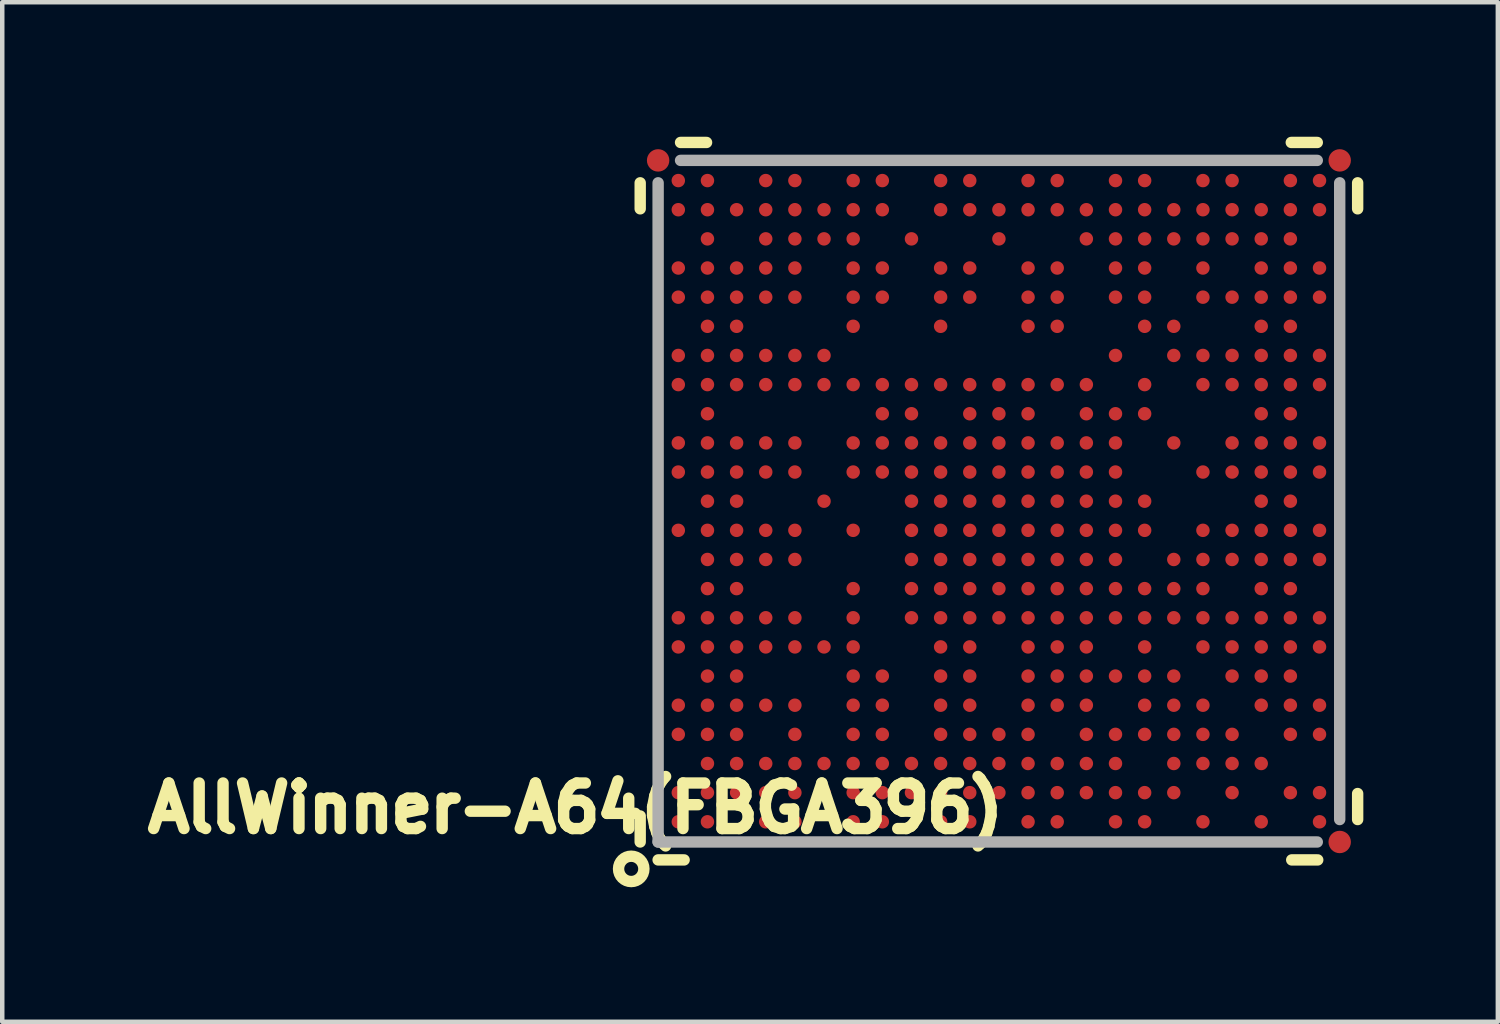
<source format=kicad_pcb>
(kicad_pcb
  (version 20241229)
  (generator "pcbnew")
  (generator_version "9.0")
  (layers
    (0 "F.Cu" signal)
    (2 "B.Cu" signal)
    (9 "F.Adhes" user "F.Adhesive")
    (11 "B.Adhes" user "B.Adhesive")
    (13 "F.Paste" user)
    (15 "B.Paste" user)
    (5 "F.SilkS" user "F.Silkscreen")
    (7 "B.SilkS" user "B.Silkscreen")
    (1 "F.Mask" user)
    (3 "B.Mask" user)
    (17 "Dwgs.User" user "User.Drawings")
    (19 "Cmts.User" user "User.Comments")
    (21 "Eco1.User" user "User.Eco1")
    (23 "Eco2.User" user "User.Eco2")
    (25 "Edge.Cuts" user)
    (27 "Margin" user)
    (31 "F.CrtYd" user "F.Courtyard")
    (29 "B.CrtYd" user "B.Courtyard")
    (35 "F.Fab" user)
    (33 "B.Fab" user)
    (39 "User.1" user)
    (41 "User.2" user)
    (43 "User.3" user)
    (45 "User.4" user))
  (footprint "AllWinner-A64(FBGA396)"
    (layer "F.Cu")
    (at 19.227 8.127)
    (property "Reference" "AllWinner-A64(FBGA396)" (at -9.441 6.844 0) (layer "F.SilkS") (effects (font (size 1.016 1.016) (thickness 0.254))))
    (attr smd)
    (fp_line (start -8 -7.1) (end -8 -6.52) (stroke (width 0.254) (type solid)) (layer "F.SilkS"))
    (fp_line (start -8 7.02) (end -8 7.6) (stroke (width 0.254) (type solid)) (layer "F.SilkS"))
    (fp_line (start -7.02 8) (end -7.6 8) (stroke (width 0.254) (type solid)) (layer "F.SilkS"))
    (fp_line (start -6.52 -8) (end -7.1 -8) (stroke (width 0.254) (type solid)) (layer "F.SilkS"))
    (fp_line (start 7.1 -8) (end 6.52 -8) (stroke (width 0.254) (type solid)) (layer "F.SilkS"))
    (fp_line (start 7.11 8) (end 6.53 8) (stroke (width 0.254) (type solid)) (layer "F.SilkS"))
    (fp_line (start 8 -7.1) (end 8 -6.52) (stroke (width 0.254) (type solid)) (layer "F.SilkS"))
    (fp_line (start 8 6.52) (end 8 7.1) (stroke (width 0.254) (type solid)) (layer "F.SilkS"))
    (fp_circle (center -8.2 8.2) (end -8 8.4) (stroke (width 0.254) (type solid)) (fill no) (layer "F.SilkS"))
    (fp_line (start -7.6 7.6) (end -7.6 -7.1) (stroke (width 0.254) (type solid)) (layer "F.Fab"))
    (fp_line (start -7.6 7.6) (end 7.1 7.6) (stroke (width 0.254) (type solid)) (layer "F.Fab"))
    (fp_line (start 7.1 -7.6) (end -7.1 -7.6) (stroke (width 0.254) (type solid)) (layer "F.Fab"))
    (fp_line (start 7.6 7.1) (end 7.6 -7.1) (stroke (width 0.254) (type solid)) (layer "F.Fab"))
    (pad "A1" smd circle (at -7.15 7.15) (size 0.3 0.3) (layers "F.Cu" "F.Mask" "F.Paste"))
    (pad "A2" smd circle (at -7.15 6.5) (size 0.3 0.3) (layers "F.Cu" "F.Mask" "F.Paste"))
    (pad "A4" smd circle (at -7.15 5.2) (size 0.3 0.3) (layers "F.Cu" "F.Mask" "F.Paste"))
    (pad "A5" smd circle (at -7.15 4.55) (size 0.3 0.3) (layers "F.Cu" "F.Mask" "F.Paste"))
    (pad "A7" smd circle (at -7.15 3.25) (size 0.3 0.3) (layers "F.Cu" "F.Mask" "F.Paste"))
    (pad "A8" smd circle (at -7.15 2.6) (size 0.3 0.3) (layers "F.Cu" "F.Mask" "F.Paste"))
    (pad "A11" smd circle (at -7.15 0.65) (size 0.3 0.3) (layers "F.Cu" "F.Mask" "F.Paste"))
    (pad "A13" smd circle (at -7.15 -0.65) (size 0.3 0.3) (layers "F.Cu" "F.Mask" "F.Paste"))
    (pad "A14" smd circle (at -7.15 -1.3) (size 0.3 0.3) (layers "F.Cu" "F.Mask" "F.Paste"))
    (pad "A16" smd circle (at -7.15 -2.6) (size 0.3 0.3) (layers "F.Cu" "F.Mask" "F.Paste"))
    (pad "A17" smd circle (at -7.15 -3.25) (size 0.3 0.3) (layers "F.Cu" "F.Mask" "F.Paste"))
    (pad "A19" smd circle (at -7.15 -4.55) (size 0.3 0.3) (layers "F.Cu" "F.Mask" "F.Paste"))
    (pad "A20" smd circle (at -7.15 -5.2) (size 0.3 0.3) (layers "F.Cu" "F.Mask" "F.Paste"))
    (pad "A22" smd circle (at -7.15 -6.5) (size 0.3 0.3) (layers "F.Cu" "F.Mask" "F.Paste"))
    (pad "A23" smd circle (at -7.15 -7.15) (size 0.3 0.3) (layers "F.Cu" "F.Mask" "F.Paste"))
    (pad "AA1" smd circle (at 5.85 7.15) (size 0.3 0.3) (layers "F.Cu" "F.Mask" "F.Paste"))
    (pad "AA3" smd circle (at 5.85 5.85) (size 0.3 0.3) (layers "F.Cu" "F.Mask" "F.Paste"))
    (pad "AA5" smd circle (at 5.85 4.55) (size 0.3 0.3) (layers "F.Cu" "F.Mask" "F.Paste"))
    (pad "AA6" smd circle (at 5.85 3.9) (size 0.3 0.3) (layers "F.Cu" "F.Mask" "F.Paste"))
    (pad "AA7" smd circle (at 5.85 3.25) (size 0.3 0.3) (layers "F.Cu" "F.Mask" "F.Paste"))
    (pad "AA8" smd circle (at 5.85 2.6) (size 0.3 0.3) (layers "F.Cu" "F.Mask" "F.Paste"))
    (pad "AA9" smd circle (at 5.85 1.95) (size 0.3 0.3) (layers "F.Cu" "F.Mask" "F.Paste"))
    (pad "AA10" smd circle (at 5.85 1.3) (size 0.3 0.3) (layers "F.Cu" "F.Mask" "F.Paste"))
    (pad "AA11" smd circle (at 5.85 0.65) (size 0.3 0.3) (layers "F.Cu" "F.Mask" "F.Paste"))
    (pad "AA12" smd circle (at 5.85 0) (size 0.3 0.3) (layers "F.Cu" "F.Mask" "F.Paste"))
    (pad "AA13" smd circle (at 5.85 -0.65) (size 0.3 0.3) (layers "F.Cu" "F.Mask" "F.Paste"))
    (pad "AA14" smd circle (at 5.85 -1.3) (size 0.3 0.3) (layers "F.Cu" "F.Mask" "F.Paste"))
    (pad "AA15" smd circle (at 5.85 -1.95) (size 0.3 0.3) (layers "F.Cu" "F.Mask" "F.Paste"))
    (pad "AA16" smd circle (at 5.85 -2.6) (size 0.3 0.3) (layers "F.Cu" "F.Mask" "F.Paste"))
    (pad "AA17" smd circle (at 5.85 -3.25) (size 0.3 0.3) (layers "F.Cu" "F.Mask" "F.Paste"))
    (pad "AA18" smd circle (at 5.85 -3.9) (size 0.3 0.3) (layers "F.Cu" "F.Mask" "F.Paste"))
    (pad "AA19" smd circle (at 5.85 -4.55) (size 0.3 0.3) (layers "F.Cu" "F.Mask" "F.Paste"))
    (pad "AA20" smd circle (at 5.85 -5.2) (size 0.3 0.3) (layers "F.Cu" "F.Mask" "F.Paste"))
    (pad "AA21" smd circle (at 5.85 -5.85) (size 0.3 0.3) (layers "F.Cu" "F.Mask" "F.Paste"))
    (pad "AA22" smd circle (at 5.85 -6.5) (size 0.3 0.3) (layers "F.Cu" "F.Mask" "F.Paste"))
    (pad "AB2" smd circle (at 6.5 6.5) (size 0.3 0.3) (layers "F.Cu" "F.Mask" "F.Paste"))
    (pad "AB4" smd circle (at 6.5 5.2) (size 0.3 0.3) (layers "F.Cu" "F.Mask" "F.Paste"))
    (pad "AB5" smd circle (at 6.5 4.55) (size 0.3 0.3) (layers "F.Cu" "F.Mask" "F.Paste"))
    (pad "AB6" smd circle (at 6.5 3.9) (size 0.3 0.3) (layers "F.Cu" "F.Mask" "F.Paste"))
    (pad "AB7" smd circle (at 6.5 3.25) (size 0.3 0.3) (layers "F.Cu" "F.Mask" "F.Paste"))
    (pad "AB8" smd circle (at 6.5 2.6) (size 0.3 0.3) (layers "F.Cu" "F.Mask" "F.Paste"))
    (pad "AB9" smd circle (at 6.5 1.95) (size 0.3 0.3) (layers "F.Cu" "F.Mask" "F.Paste"))
    (pad "AB10" smd circle (at 6.5 1.3) (size 0.3 0.3) (layers "F.Cu" "F.Mask" "F.Paste"))
    (pad "AB11" smd circle (at 6.5 0.65) (size 0.3 0.3) (layers "F.Cu" "F.Mask" "F.Paste"))
    (pad "AB12" smd circle (at 6.5 0) (size 0.3 0.3) (layers "F.Cu" "F.Mask" "F.Paste"))
    (pad "AB13" smd circle (at 6.5 -0.65) (size 0.3 0.3) (layers "F.Cu" "F.Mask" "F.Paste"))
    (pad "AB14" smd circle (at 6.5 -1.3) (size 0.3 0.3) (layers "F.Cu" "F.Mask" "F.Paste"))
    (pad "AB15" smd circle (at 6.5 -1.95) (size 0.3 0.3) (layers "F.Cu" "F.Mask" "F.Paste"))
    (pad "AB16" smd circle (at 6.5 -2.6) (size 0.3 0.3) (layers "F.Cu" "F.Mask" "F.Paste"))
    (pad "AB17" smd circle (at 6.5 -3.25) (size 0.3 0.3) (layers "F.Cu" "F.Mask" "F.Paste"))
    (pad "AB18" smd circle (at 6.5 -3.9) (size 0.3 0.3) (layers "F.Cu" "F.Mask" "F.Paste"))
    (pad "AB19" smd circle (at 6.5 -4.55) (size 0.3 0.3) (layers "F.Cu" "F.Mask" "F.Paste"))
    (pad "AB20" smd circle (at 6.5 -5.2) (size 0.3 0.3) (layers "F.Cu" "F.Mask" "F.Paste"))
    (pad "AB21" smd circle (at 6.5 -5.85) (size 0.3 0.3) (layers "F.Cu" "F.Mask" "F.Paste"))
    (pad "AB22" smd circle (at 6.5 -6.5) (size 0.3 0.3) (layers "F.Cu" "F.Mask" "F.Paste"))
    (pad "AB23" smd circle (at 6.5 -7.15) (size 0.3 0.3) (layers "F.Cu" "F.Mask" "F.Paste"))
    (pad "AC1" smd circle (at 7.15 7.15) (size 0.3 0.3) (layers "F.Cu" "F.Mask" "F.Paste"))
    (pad "AC2" smd circle (at 7.15 6.5) (size 0.3 0.3) (layers "F.Cu" "F.Mask" "F.Paste"))
    (pad "AC4" smd circle (at 7.15 5.2) (size 0.3 0.3) (layers "F.Cu" "F.Mask" "F.Paste"))
    (pad "AC5" smd circle (at 7.15 4.55) (size 0.3 0.3) (layers "F.Cu" "F.Mask" "F.Paste"))
    (pad "AC7" smd circle (at 7.15 3.25) (size 0.3 0.3) (layers "F.Cu" "F.Mask" "F.Paste"))
    (pad "AC8" smd circle (at 7.15 2.6) (size 0.3 0.3) (layers "F.Cu" "F.Mask" "F.Paste"))
    (pad "AC10" smd circle (at 7.15 1.3) (size 0.3 0.3) (layers "F.Cu" "F.Mask" "F.Paste"))
    (pad "AC11" smd circle (at 7.15 0.65) (size 0.3 0.3) (layers "F.Cu" "F.Mask" "F.Paste"))
    (pad "AC13" smd circle (at 7.15 -0.65) (size 0.3 0.3) (layers "F.Cu" "F.Mask" "F.Paste"))
    (pad "AC14" smd circle (at 7.15 -1.3) (size 0.3 0.3) (layers "F.Cu" "F.Mask" "F.Paste"))
    (pad "AC16" smd circle (at 7.15 -2.6) (size 0.3 0.3) (layers "F.Cu" "F.Mask" "F.Paste"))
    (pad "AC17" smd circle (at 7.15 -3.25) (size 0.3 0.3) (layers "F.Cu" "F.Mask" "F.Paste"))
    (pad "AC19" smd circle (at 7.15 -4.55) (size 0.3 0.3) (layers "F.Cu" "F.Mask" "F.Paste"))
    (pad "AC20" smd circle (at 7.15 -5.2) (size 0.3 0.3) (layers "F.Cu" "F.Mask" "F.Paste"))
    (pad "AC22" smd circle (at 7.15 -6.5) (size 0.3 0.3) (layers "F.Cu" "F.Mask" "F.Paste"))
    (pad "AC23" smd circle (at 7.15 -7.15) (size 0.3 0.3) (layers "F.Cu" "F.Mask" "F.Paste"))
    (pad "B1" smd circle (at -6.5 7.15) (size 0.3 0.3) (layers "F.Cu" "F.Mask" "F.Paste"))
    (pad "B2" smd circle (at -6.5 6.5) (size 0.3 0.3) (layers "F.Cu" "F.Mask" "F.Paste"))
    (pad "B3" smd circle (at -6.5 5.85) (size 0.3 0.3) (layers "F.Cu" "F.Mask" "F.Paste"))
    (pad "B4" smd circle (at -6.5 5.2) (size 0.3 0.3) (layers "F.Cu" "F.Mask" "F.Paste"))
    (pad "B5" smd circle (at -6.5 4.55) (size 0.3 0.3) (layers "F.Cu" "F.Mask" "F.Paste"))
    (pad "B6" smd circle (at -6.5 3.9) (size 0.3 0.3) (layers "F.Cu" "F.Mask" "F.Paste"))
    (pad "B7" smd circle (at -6.5 3.25) (size 0.3 0.3) (layers "F.Cu" "F.Mask" "F.Paste"))
    (pad "B8" smd circle (at -6.5 2.6) (size 0.3 0.3) (layers "F.Cu" "F.Mask" "F.Paste"))
    (pad "B9" smd circle (at -6.5 1.95) (size 0.3 0.3) (layers "F.Cu" "F.Mask" "F.Paste"))
    (pad "B10" smd circle (at -6.5 1.3) (size 0.3 0.3) (layers "F.Cu" "F.Mask" "F.Paste"))
    (pad "B11" smd circle (at -6.5 0.65) (size 0.3 0.3) (layers "F.Cu" "F.Mask" "F.Paste"))
    (pad "B12" smd circle (at -6.5 0) (size 0.3 0.3) (layers "F.Cu" "F.Mask" "F.Paste"))
    (pad "B13" smd circle (at -6.5 -0.65) (size 0.3 0.3) (layers "F.Cu" "F.Mask" "F.Paste"))
    (pad "B14" smd circle (at -6.5 -1.3) (size 0.3 0.3) (layers "F.Cu" "F.Mask" "F.Paste"))
    (pad "B15" smd circle (at -6.5 -1.95) (size 0.3 0.3) (layers "F.Cu" "F.Mask" "F.Paste"))
    (pad "B16" smd circle (at -6.5 -2.6) (size 0.3 0.3) (layers "F.Cu" "F.Mask" "F.Paste"))
    (pad "B17" smd circle (at -6.5 -3.25) (size 0.3 0.3) (layers "F.Cu" "F.Mask" "F.Paste"))
    (pad "B18" smd circle (at -6.5 -3.9) (size 0.3 0.3) (layers "F.Cu" "F.Mask" "F.Paste"))
    (pad "B19" smd circle (at -6.5 -4.55) (size 0.3 0.3) (layers "F.Cu" "F.Mask" "F.Paste"))
    (pad "B20" smd circle (at -6.5 -5.2) (size 0.3 0.3) (layers "F.Cu" "F.Mask" "F.Paste"))
    (pad "B21" smd circle (at -6.5 -5.85) (size 0.3 0.3) (layers "F.Cu" "F.Mask" "F.Paste"))
    (pad "B22" smd circle (at -6.5 -6.5) (size 0.3 0.3) (layers "F.Cu" "F.Mask" "F.Paste"))
    (pad "B23" smd circle (at -6.5 -7.15) (size 0.3 0.3) (layers "F.Cu" "F.Mask" "F.Paste"))
    (pad "C2" smd circle (at -5.85 6.5) (size 0.3 0.3) (layers "F.Cu" "F.Mask" "F.Paste"))
    (pad "C3" smd circle (at -5.85 5.85) (size 0.3 0.3) (layers "F.Cu" "F.Mask" "F.Paste"))
    (pad "C4" smd circle (at -5.85 5.2) (size 0.3 0.3) (layers "F.Cu" "F.Mask" "F.Paste"))
    (pad "C5" smd circle (at -5.85 4.55) (size 0.3 0.3) (layers "F.Cu" "F.Mask" "F.Paste"))
    (pad "C6" smd circle (at -5.85 3.9) (size 0.3 0.3) (layers "F.Cu" "F.Mask" "F.Paste"))
    (pad "C7" smd circle (at -5.85 3.25) (size 0.3 0.3) (layers "F.Cu" "F.Mask" "F.Paste"))
    (pad "C8" smd circle (at -5.85 2.6) (size 0.3 0.3) (layers "F.Cu" "F.Mask" "F.Paste"))
    (pad "C9" smd circle (at -5.85 1.95) (size 0.3 0.3) (layers "F.Cu" "F.Mask" "F.Paste"))
    (pad "C10" smd circle (at -5.85 1.3) (size 0.3 0.3) (layers "F.Cu" "F.Mask" "F.Paste"))
    (pad "C11" smd circle (at -5.85 0.65) (size 0.3 0.3) (layers "F.Cu" "F.Mask" "F.Paste"))
    (pad "C12" smd circle (at -5.85 0) (size 0.3 0.3) (layers "F.Cu" "F.Mask" "F.Paste"))
    (pad "C13" smd circle (at -5.85 -0.65) (size 0.3 0.3) (layers "F.Cu" "F.Mask" "F.Paste"))
    (pad "C14" smd circle (at -5.85 -1.3) (size 0.3 0.3) (layers "F.Cu" "F.Mask" "F.Paste"))
    (pad "C16" smd circle (at -5.85 -2.6) (size 0.3 0.3) (layers "F.Cu" "F.Mask" "F.Paste"))
    (pad "C17" smd circle (at -5.85 -3.25) (size 0.3 0.3) (layers "F.Cu" "F.Mask" "F.Paste"))
    (pad "C18" smd circle (at -5.85 -3.9) (size 0.3 0.3) (layers "F.Cu" "F.Mask" "F.Paste"))
    (pad "C19" smd circle (at -5.85 -4.55) (size 0.3 0.3) (layers "F.Cu" "F.Mask" "F.Paste"))
    (pad "C20" smd circle (at -5.85 -5.2) (size 0.3 0.3) (layers "F.Cu" "F.Mask" "F.Paste"))
    (pad "C22" smd circle (at -5.85 -6.5) (size 0.3 0.3) (layers "F.Cu" "F.Mask" "F.Paste"))
    (pad "D1" smd circle (at -5.2 7.15) (size 0.3 0.3) (layers "F.Cu" "F.Mask" "F.Paste"))
    (pad "D2" smd circle (at -5.2 6.5) (size 0.3 0.3) (layers "F.Cu" "F.Mask" "F.Paste"))
    (pad "D3" smd circle (at -5.2 5.85) (size 0.3 0.3) (layers "F.Cu" "F.Mask" "F.Paste"))
    (pad "D5" smd circle (at -5.2 4.55) (size 0.3 0.3) (layers "F.Cu" "F.Mask" "F.Paste"))
    (pad "D7" smd circle (at -5.2 3.25) (size 0.3 0.3) (layers "F.Cu" "F.Mask" "F.Paste"))
    (pad "D8" smd circle (at -5.2 2.6) (size 0.3 0.3) (layers "F.Cu" "F.Mask" "F.Paste"))
    (pad "D10" smd circle (at -5.2 1.3) (size 0.3 0.3) (layers "F.Cu" "F.Mask" "F.Paste"))
    (pad "D11" smd circle (at -5.2 0.65) (size 0.3 0.3) (layers "F.Cu" "F.Mask" "F.Paste"))
    (pad "D13" smd circle (at -5.2 -0.65) (size 0.3 0.3) (layers "F.Cu" "F.Mask" "F.Paste"))
    (pad "D14" smd circle (at -5.2 -1.3) (size 0.3 0.3) (layers "F.Cu" "F.Mask" "F.Paste"))
    (pad "D16" smd circle (at -5.2 -2.6) (size 0.3 0.3) (layers "F.Cu" "F.Mask" "F.Paste"))
    (pad "D17" smd circle (at -5.2 -3.25) (size 0.3 0.3) (layers "F.Cu" "F.Mask" "F.Paste"))
    (pad "D19" smd circle (at -5.2 -4.55) (size 0.3 0.3) (layers "F.Cu" "F.Mask" "F.Paste"))
    (pad "D20" smd circle (at -5.2 -5.2) (size 0.3 0.3) (layers "F.Cu" "F.Mask" "F.Paste"))
    (pad "D21" smd circle (at -5.2 -5.85) (size 0.3 0.3) (layers "F.Cu" "F.Mask" "F.Paste"))
    (pad "D22" smd circle (at -5.2 -6.5) (size 0.3 0.3) (layers "F.Cu" "F.Mask" "F.Paste"))
    (pad "D23" smd circle (at -5.2 -7.15) (size 0.3 0.3) (layers "F.Cu" "F.Mask" "F.Paste"))
    (pad "E1" smd circle (at -4.55 7.15) (size 0.3 0.3) (layers "F.Cu" "F.Mask" "F.Paste"))
    (pad "E2" smd circle (at -4.55 6.5) (size 0.3 0.3) (layers "F.Cu" "F.Mask" "F.Paste"))
    (pad "E3" smd circle (at -4.55 5.85) (size 0.3 0.3) (layers "F.Cu" "F.Mask" "F.Paste"))
    (pad "E4" smd circle (at -4.55 5.2) (size 0.3 0.3) (layers "F.Cu" "F.Mask" "F.Paste"))
    (pad "E5" smd circle (at -4.55 4.55) (size 0.3 0.3) (layers "F.Cu" "F.Mask" "F.Paste"))
    (pad "E7" smd circle (at -4.55 3.25) (size 0.3 0.3) (layers "F.Cu" "F.Mask" "F.Paste"))
    (pad "E8" smd circle (at -4.55 2.6) (size 0.3 0.3) (layers "F.Cu" "F.Mask" "F.Paste"))
    (pad "E10" smd circle (at -4.55 1.3) (size 0.3 0.3) (layers "F.Cu" "F.Mask" "F.Paste"))
    (pad "E11" smd circle (at -4.55 0.65) (size 0.3 0.3) (layers "F.Cu" "F.Mask" "F.Paste"))
    (pad "E13" smd circle (at -4.55 -0.65) (size 0.3 0.3) (layers "F.Cu" "F.Mask" "F.Paste"))
    (pad "E14" smd circle (at -4.55 -1.3) (size 0.3 0.3) (layers "F.Cu" "F.Mask" "F.Paste"))
    (pad "E16" smd circle (at -4.55 -2.6) (size 0.3 0.3) (layers "F.Cu" "F.Mask" "F.Paste"))
    (pad "E17" smd circle (at -4.55 -3.25) (size 0.3 0.3) (layers "F.Cu" "F.Mask" "F.Paste"))
    (pad "E19" smd circle (at -4.55 -4.55) (size 0.3 0.3) (layers "F.Cu" "F.Mask" "F.Paste"))
    (pad "E20" smd circle (at -4.55 -5.2) (size 0.3 0.3) (layers "F.Cu" "F.Mask" "F.Paste"))
    (pad "E21" smd circle (at -4.55 -5.85) (size 0.3 0.3) (layers "F.Cu" "F.Mask" "F.Paste"))
    (pad "E22" smd circle (at -4.55 -6.5) (size 0.3 0.3) (layers "F.Cu" "F.Mask" "F.Paste"))
    (pad "E23" smd circle (at -4.55 -7.15) (size 0.3 0.3) (layers "F.Cu" "F.Mask" "F.Paste"))
    (pad "F2" smd circle (at -3.9 6.5) (size 0.3 0.3) (layers "F.Cu" "F.Mask" "F.Paste"))
    (pad "F3" smd circle (at -3.9 5.85) (size 0.3 0.3) (layers "F.Cu" "F.Mask" "F.Paste"))
    (pad "F7" smd circle (at -3.9 3.25) (size 0.3 0.3) (layers "F.Cu" "F.Mask" "F.Paste"))
    (pad "F12" smd circle (at -3.9 0) (size 0.3 0.3) (layers "F.Cu" "F.Mask" "F.Paste"))
    (pad "F16" smd circle (at -3.9 -2.6) (size 0.3 0.3) (layers "F.Cu" "F.Mask" "F.Paste"))
    (pad "F17" smd circle (at -3.9 -3.25) (size 0.3 0.3) (layers "F.Cu" "F.Mask" "F.Paste"))
    (pad "F21" smd circle (at -3.9 -5.85) (size 0.3 0.3) (layers "F.Cu" "F.Mask" "F.Paste"))
    (pad "F22" smd circle (at -3.9 -6.5) (size 0.3 0.3) (layers "F.Cu" "F.Mask" "F.Paste"))
    (pad "G1" smd circle (at -3.25 7.15) (size 0.3 0.3) (layers "F.Cu" "F.Mask" "F.Paste"))
    (pad "G2" smd circle (at -3.25 6.5) (size 0.3 0.3) (layers "F.Cu" "F.Mask" "F.Paste"))
    (pad "G3" smd circle (at -3.25 5.85) (size 0.3 0.3) (layers "F.Cu" "F.Mask" "F.Paste"))
    (pad "G4" smd circle (at -3.25 5.2) (size 0.3 0.3) (layers "F.Cu" "F.Mask" "F.Paste"))
    (pad "G5" smd circle (at -3.25 4.55) (size 0.3 0.3) (layers "F.Cu" "F.Mask" "F.Paste"))
    (pad "G6" smd circle (at -3.25 3.9) (size 0.3 0.3) (layers "F.Cu" "F.Mask" "F.Paste"))
    (pad "G7" smd circle (at -3.25 3.25) (size 0.3 0.3) (layers "F.Cu" "F.Mask" "F.Paste"))
    (pad "G8" smd circle (at -3.25 2.6) (size 0.3 0.3) (layers "F.Cu" "F.Mask" "F.Paste"))
    (pad "G9" smd circle (at -3.25 1.95) (size 0.3 0.3) (layers "F.Cu" "F.Mask" "F.Paste"))
    (pad "G11" smd circle (at -3.25 0.65) (size 0.3 0.3) (layers "F.Cu" "F.Mask" "F.Paste"))
    (pad "G13" smd circle (at -3.25 -0.65) (size 0.3 0.3) (layers "F.Cu" "F.Mask" "F.Paste"))
    (pad "G14" smd circle (at -3.25 -1.3) (size 0.3 0.3) (layers "F.Cu" "F.Mask" "F.Paste"))
    (pad "G16" smd circle (at -3.25 -2.6) (size 0.3 0.3) (layers "F.Cu" "F.Mask" "F.Paste"))
    (pad "G18" smd circle (at -3.25 -3.9) (size 0.3 0.3) (layers "F.Cu" "F.Mask" "F.Paste"))
    (pad "G19" smd circle (at -3.25 -4.55) (size 0.3 0.3) (layers "F.Cu" "F.Mask" "F.Paste"))
    (pad "G20" smd circle (at -3.25 -5.2) (size 0.3 0.3) (layers "F.Cu" "F.Mask" "F.Paste"))
    (pad "G21" smd circle (at -3.25 -5.85) (size 0.3 0.3) (layers "F.Cu" "F.Mask" "F.Paste"))
    (pad "G22" smd circle (at -3.25 -6.5) (size 0.3 0.3) (layers "F.Cu" "F.Mask" "F.Paste"))
    (pad "G23" smd circle (at -3.25 -7.15) (size 0.3 0.3) (layers "F.Cu" "F.Mask" "F.Paste"))
    (pad "H1" smd circle (at -2.6 7.15) (size 0.3 0.3) (layers "F.Cu" "F.Mask" "F.Paste"))
    (pad "H2" smd circle (at -2.6 6.5) (size 0.3 0.3) (layers "F.Cu" "F.Mask" "F.Paste"))
    (pad "H3" smd circle (at -2.6 5.85) (size 0.3 0.3) (layers "F.Cu" "F.Mask" "F.Paste"))
    (pad "H4" smd circle (at -2.6 5.2) (size 0.3 0.3) (layers "F.Cu" "F.Mask" "F.Paste"))
    (pad "H5" smd circle (at -2.6 4.55) (size 0.3 0.3) (layers "F.Cu" "F.Mask" "F.Paste"))
    (pad "H6" smd circle (at -2.6 3.9) (size 0.3 0.3) (layers "F.Cu" "F.Mask" "F.Paste"))
    (pad "H13" smd circle (at -2.6 -0.65) (size 0.3 0.3) (layers "F.Cu" "F.Mask" "F.Paste"))
    (pad "H14" smd circle (at -2.6 -1.3) (size 0.3 0.3) (layers "F.Cu" "F.Mask" "F.Paste"))
    (pad "H15" smd circle (at -2.6 -1.95) (size 0.3 0.3) (layers "F.Cu" "F.Mask" "F.Paste"))
    (pad "H16" smd circle (at -2.6 -2.6) (size 0.3 0.3) (layers "F.Cu" "F.Mask" "F.Paste"))
    (pad "H19" smd circle (at -2.6 -4.55) (size 0.3 0.3) (layers "F.Cu" "F.Mask" "F.Paste"))
    (pad "H20" smd circle (at -2.6 -5.2) (size 0.3 0.3) (layers "F.Cu" "F.Mask" "F.Paste"))
    (pad "H22" smd circle (at -2.6 -6.5) (size 0.3 0.3) (layers "F.Cu" "F.Mask" "F.Paste"))
    (pad "H23" smd circle (at -2.6 -7.15) (size 0.3 0.3) (layers "F.Cu" "F.Mask" "F.Paste"))
    (pad "J2" smd circle (at -1.95 6.5) (size 0.3 0.3) (layers "F.Cu" "F.Mask" "F.Paste"))
    (pad "J3" smd circle (at -1.95 5.85) (size 0.3 0.3) (layers "F.Cu" "F.Mask" "F.Paste"))
    (pad "J8" smd circle (at -1.95 2.6) (size 0.3 0.3) (layers "F.Cu" "F.Mask" "F.Paste"))
    (pad "J9" smd circle (at -1.95 1.95) (size 0.3 0.3) (layers "F.Cu" "F.Mask" "F.Paste"))
    (pad "J10" smd circle (at -1.95 1.3) (size 0.3 0.3) (layers "F.Cu" "F.Mask" "F.Paste"))
    (pad "J11" smd circle (at -1.95 0.65) (size 0.3 0.3) (layers "F.Cu" "F.Mask" "F.Paste"))
    (pad "J12" smd circle (at -1.95 0) (size 0.3 0.3) (layers "F.Cu" "F.Mask" "F.Paste"))
    (pad "J13" smd circle (at -1.95 -0.65) (size 0.3 0.3) (layers "F.Cu" "F.Mask" "F.Paste"))
    (pad "J14" smd circle (at -1.95 -1.3) (size 0.3 0.3) (layers "F.Cu" "F.Mask" "F.Paste"))
    (pad "J15" smd circle (at -1.95 -1.95) (size 0.3 0.3) (layers "F.Cu" "F.Mask" "F.Paste"))
    (pad "J16" smd circle (at -1.95 -2.6) (size 0.3 0.3) (layers "F.Cu" "F.Mask" "F.Paste"))
    (pad "J21" smd circle (at -1.95 -5.85) (size 0.3 0.3) (layers "F.Cu" "F.Mask" "F.Paste"))
    (pad "K1" smd circle (at -1.3 7.15) (size 0.3 0.3) (layers "F.Cu" "F.Mask" "F.Paste"))
    (pad "K2" smd circle (at -1.3 6.5) (size 0.3 0.3) (layers "F.Cu" "F.Mask" "F.Paste"))
    (pad "K3" smd circle (at -1.3 5.85) (size 0.3 0.3) (layers "F.Cu" "F.Mask" "F.Paste"))
    (pad "K4" smd circle (at -1.3 5.2) (size 0.3 0.3) (layers "F.Cu" "F.Mask" "F.Paste"))
    (pad "K5" smd circle (at -1.3 4.55) (size 0.3 0.3) (layers "F.Cu" "F.Mask" "F.Paste"))
    (pad "K6" smd circle (at -1.3 3.9) (size 0.3 0.3) (layers "F.Cu" "F.Mask" "F.Paste"))
    (pad "K7" smd circle (at -1.3 3.25) (size 0.3 0.3) (layers "F.Cu" "F.Mask" "F.Paste"))
    (pad "K8" smd circle (at -1.3 2.6) (size 0.3 0.3) (layers "F.Cu" "F.Mask" "F.Paste"))
    (pad "K9" smd circle (at -1.3 1.95) (size 0.3 0.3) (layers "F.Cu" "F.Mask" "F.Paste"))
    (pad "K10" smd circle (at -1.3 1.3) (size 0.3 0.3) (layers "F.Cu" "F.Mask" "F.Paste"))
    (pad "K11" smd circle (at -1.3 0.65) (size 0.3 0.3) (layers "F.Cu" "F.Mask" "F.Paste"))
    (pad "K12" smd circle (at -1.3 0) (size 0.3 0.3) (layers "F.Cu" "F.Mask" "F.Paste"))
    (pad "K13" smd circle (at -1.3 -0.65) (size 0.3 0.3) (layers "F.Cu" "F.Mask" "F.Paste"))
    (pad "K14" smd circle (at -1.3 -1.3) (size 0.3 0.3) (layers "F.Cu" "F.Mask" "F.Paste"))
    (pad "K16" smd circle (at -1.3 -2.6) (size 0.3 0.3) (layers "F.Cu" "F.Mask" "F.Paste"))
    (pad "K18" smd circle (at -1.3 -3.9) (size 0.3 0.3) (layers "F.Cu" "F.Mask" "F.Paste"))
    (pad "K19" smd circle (at -1.3 -4.55) (size 0.3 0.3) (layers "F.Cu" "F.Mask" "F.Paste"))
    (pad "K20" smd circle (at -1.3 -5.2) (size 0.3 0.3) (layers "F.Cu" "F.Mask" "F.Paste"))
    (pad "K22" smd circle (at -1.3 -6.5) (size 0.3 0.3) (layers "F.Cu" "F.Mask" "F.Paste"))
    (pad "K23" smd circle (at -1.3 -7.15) (size 0.3 0.3) (layers "F.Cu" "F.Mask" "F.Paste"))
    (pad "L1" smd circle (at -0.65 7.15) (size 0.3 0.3) (layers "F.Cu" "F.Mask" "F.Paste"))
    (pad "L2" smd circle (at -0.65 6.5) (size 0.3 0.3) (layers "F.Cu" "F.Mask" "F.Paste"))
    (pad "L3" smd circle (at -0.65 5.85) (size 0.3 0.3) (layers "F.Cu" "F.Mask" "F.Paste"))
    (pad "L4" smd circle (at -0.65 5.2) (size 0.3 0.3) (layers "F.Cu" "F.Mask" "F.Paste"))
    (pad "L5" smd circle (at -0.65 4.55) (size 0.3 0.3) (layers "F.Cu" "F.Mask" "F.Paste"))
    (pad "L6" smd circle (at -0.65 3.9) (size 0.3 0.3) (layers "F.Cu" "F.Mask" "F.Paste"))
    (pad "L7" smd circle (at -0.65 3.25) (size 0.3 0.3) (layers "F.Cu" "F.Mask" "F.Paste"))
    (pad "L8" smd circle (at -0.65 2.6) (size 0.3 0.3) (layers "F.Cu" "F.Mask" "F.Paste"))
    (pad "L9" smd circle (at -0.65 1.95) (size 0.3 0.3) (layers "F.Cu" "F.Mask" "F.Paste"))
    (pad "L10" smd circle (at -0.65 1.3) (size 0.3 0.3) (layers "F.Cu" "F.Mask" "F.Paste"))
    (pad "L11" smd circle (at -0.65 0.65) (size 0.3 0.3) (layers "F.Cu" "F.Mask" "F.Paste"))
    (pad "L12" smd circle (at -0.65 0) (size 0.3 0.3) (layers "F.Cu" "F.Mask" "F.Paste"))
    (pad "L13" smd circle (at -0.65 -0.65) (size 0.3 0.3) (layers "F.Cu" "F.Mask" "F.Paste"))
    (pad "L14" smd circle (at -0.65 -1.3) (size 0.3 0.3) (layers "F.Cu" "F.Mask" "F.Paste"))
    (pad "L15" smd circle (at -0.65 -1.95) (size 0.3 0.3) (layers "F.Cu" "F.Mask" "F.Paste"))
    (pad "L16" smd circle (at -0.65 -2.6) (size 0.3 0.3) (layers "F.Cu" "F.Mask" "F.Paste"))
    (pad "L19" smd circle (at -0.65 -4.55) (size 0.3 0.3) (layers "F.Cu" "F.Mask" "F.Paste"))
    (pad "L20" smd circle (at -0.65 -5.2) (size 0.3 0.3) (layers "F.Cu" "F.Mask" "F.Paste"))
    (pad "L22" smd circle (at -0.65 -6.5) (size 0.3 0.3) (layers "F.Cu" "F.Mask" "F.Paste"))
    (pad "L23" smd circle (at -0.65 -7.15) (size 0.3 0.3) (layers "F.Cu" "F.Mask" "F.Paste"))
    (pad "M2" smd circle (at 0 6.5) (size 0.3 0.3) (layers "F.Cu" "F.Mask" "F.Paste"))
    (pad "M3" smd circle (at 0 5.85) (size 0.3 0.3) (layers "F.Cu" "F.Mask" "F.Paste"))
    (pad "M4" smd circle (at 0 5.2) (size 0.3 0.3) (layers "F.Cu" "F.Mask" "F.Paste"))
    (pad "M8" smd circle (at 0 2.6) (size 0.3 0.3) (layers "F.Cu" "F.Mask" "F.Paste"))
    (pad "M9" smd circle (at 0 1.95) (size 0.3 0.3) (layers "F.Cu" "F.Mask" "F.Paste"))
    (pad "M10" smd circle (at 0 1.3) (size 0.3 0.3) (layers "F.Cu" "F.Mask" "F.Paste"))
    (pad "M11" smd circle (at 0 0.65) (size 0.3 0.3) (layers "F.Cu" "F.Mask" "F.Paste"))
    (pad "M12" smd circle (at 0 0) (size 0.3 0.3) (layers "F.Cu" "F.Mask" "F.Paste"))
    (pad "M13" smd circle (at 0 -0.65) (size 0.3 0.3) (layers "F.Cu" "F.Mask" "F.Paste"))
    (pad "M14" smd circle (at 0 -1.3) (size 0.3 0.3) (layers "F.Cu" "F.Mask" "F.Paste"))
    (pad "M15" smd circle (at 0 -1.95) (size 0.3 0.3) (layers "F.Cu" "F.Mask" "F.Paste"))
    (pad "M16" smd circle (at 0 -2.6) (size 0.3 0.3) (layers "F.Cu" "F.Mask" "F.Paste"))
    (pad "M21" smd circle (at 0 -5.85) (size 0.3 0.3) (layers "F.Cu" "F.Mask" "F.Paste"))
    (pad "M22" smd circle (at 0 -6.5) (size 0.3 0.3) (layers "F.Cu" "F.Mask" "F.Paste"))
    (pad "N1" smd circle (at 0.65 7.15) (size 0.3 0.3) (layers "F.Cu" "F.Mask" "F.Paste"))
    (pad "N2" smd circle (at 0.65 6.5) (size 0.3 0.3) (layers "F.Cu" "F.Mask" "F.Paste"))
    (pad "N3" smd circle (at 0.65 5.85) (size 0.3 0.3) (layers "F.Cu" "F.Mask" "F.Paste"))
    (pad "N4" smd circle (at 0.65 5.2) (size 0.3 0.3) (layers "F.Cu" "F.Mask" "F.Paste"))
    (pad "N5" smd circle (at 0.65 4.55) (size 0.3 0.3) (layers "F.Cu" "F.Mask" "F.Paste"))
    (pad "N6" smd circle (at 0.65 3.9) (size 0.3 0.3) (layers "F.Cu" "F.Mask" "F.Paste"))
    (pad "N7" smd circle (at 0.65 3.25) (size 0.3 0.3) (layers "F.Cu" "F.Mask" "F.Paste"))
    (pad "N8" smd circle (at 0.65 2.6) (size 0.3 0.3) (layers "F.Cu" "F.Mask" "F.Paste"))
    (pad "N9" smd circle (at 0.65 1.95) (size 0.3 0.3) (layers "F.Cu" "F.Mask" "F.Paste"))
    (pad "N10" smd circle (at 0.65 1.3) (size 0.3 0.3) (layers "F.Cu" "F.Mask" "F.Paste"))
    (pad "N11" smd circle (at 0.65 0.65) (size 0.3 0.3) (layers "F.Cu" "F.Mask" "F.Paste"))
    (pad "N12" smd circle (at 0.65 0) (size 0.3 0.3) (layers "F.Cu" "F.Mask" "F.Paste"))
    (pad "N13" smd circle (at 0.65 -0.65) (size 0.3 0.3) (layers "F.Cu" "F.Mask" "F.Paste"))
    (pad "N14" smd circle (at 0.65 -1.3) (size 0.3 0.3) (layers "F.Cu" "F.Mask" "F.Paste"))
    (pad "N15" smd circle (at 0.65 -1.95) (size 0.3 0.3) (layers "F.Cu" "F.Mask" "F.Paste"))
    (pad "N16" smd circle (at 0.65 -2.6) (size 0.3 0.3) (layers "F.Cu" "F.Mask" "F.Paste"))
    (pad "N18" smd circle (at 0.65 -3.9) (size 0.3 0.3) (layers "F.Cu" "F.Mask" "F.Paste"))
    (pad "N19" smd circle (at 0.65 -4.55) (size 0.3 0.3) (layers "F.Cu" "F.Mask" "F.Paste"))
    (pad "N20" smd circle (at 0.65 -5.2) (size 0.3 0.3) (layers "F.Cu" "F.Mask" "F.Paste"))
    (pad "N22" smd circle (at 0.65 -6.5) (size 0.3 0.3) (layers "F.Cu" "F.Mask" "F.Paste"))
    (pad "N23" smd circle (at 0.65 -7.15) (size 0.3 0.3) (layers "F.Cu" "F.Mask" "F.Paste"))
    (pad "P1" smd circle (at 1.3 7.15) (size 0.3 0.3) (layers "F.Cu" "F.Mask" "F.Paste"))
    (pad "P2" smd circle (at 1.3 6.5) (size 0.3 0.3) (layers "F.Cu" "F.Mask" "F.Paste"))
    (pad "P3" smd circle (at 1.3 5.85) (size 0.3 0.3) (layers "F.Cu" "F.Mask" "F.Paste"))
    (pad "P5" smd circle (at 1.3 4.55) (size 0.3 0.3) (layers "F.Cu" "F.Mask" "F.Paste"))
    (pad "P6" smd circle (at 1.3 3.9) (size 0.3 0.3) (layers "F.Cu" "F.Mask" "F.Paste"))
    (pad "P7" smd circle (at 1.3 3.25) (size 0.3 0.3) (layers "F.Cu" "F.Mask" "F.Paste"))
    (pad "P8" smd circle (at 1.3 2.6) (size 0.3 0.3) (layers "F.Cu" "F.Mask" "F.Paste"))
    (pad "P9" smd circle (at 1.3 1.95) (size 0.3 0.3) (layers "F.Cu" "F.Mask" "F.Paste"))
    (pad "P10" smd circle (at 1.3 1.3) (size 0.3 0.3) (layers "F.Cu" "F.Mask" "F.Paste"))
    (pad "P11" smd circle (at 1.3 0.65) (size 0.3 0.3) (layers "F.Cu" "F.Mask" "F.Paste"))
    (pad "P12" smd circle (at 1.3 0) (size 0.3 0.3) (layers "F.Cu" "F.Mask" "F.Paste"))
    (pad "P13" smd circle (at 1.3 -0.65) (size 0.3 0.3) (layers "F.Cu" "F.Mask" "F.Paste"))
    (pad "P14" smd circle (at 1.3 -1.3) (size 0.3 0.3) (layers "F.Cu" "F.Mask" "F.Paste"))
    (pad "P16" smd circle (at 1.3 -2.6) (size 0.3 0.3) (layers "F.Cu" "F.Mask" "F.Paste"))
    (pad "P18" smd circle (at 1.3 -3.9) (size 0.3 0.3) (layers "F.Cu" "F.Mask" "F.Paste"))
    (pad "P19" smd circle (at 1.3 -4.55) (size 0.3 0.3) (layers "F.Cu" "F.Mask" "F.Paste"))
    (pad "P20" smd circle (at 1.3 -5.2) (size 0.3 0.3) (layers "F.Cu" "F.Mask" "F.Paste"))
    (pad "P22" smd circle (at 1.3 -6.5) (size 0.3 0.3) (layers "F.Cu" "F.Mask" "F.Paste"))
    (pad "P23" smd circle (at 1.3 -7.15) (size 0.3 0.3) (layers "F.Cu" "F.Mask" "F.Paste"))
    (pad "R2" smd circle (at 1.95 6.5) (size 0.3 0.3) (layers "F.Cu" "F.Mask" "F.Paste"))
    (pad "R3" smd circle (at 1.95 5.85) (size 0.3 0.3) (layers "F.Cu" "F.Mask" "F.Paste"))
    (pad "R4" smd circle (at 1.95 5.2) (size 0.3 0.3) (layers "F.Cu" "F.Mask" "F.Paste"))
    (pad "R5" smd circle (at 1.95 4.55) (size 0.3 0.3) (layers "F.Cu" "F.Mask" "F.Paste"))
    (pad "R6" smd circle (at 1.95 3.9) (size 0.3 0.3) (layers "F.Cu" "F.Mask" "F.Paste"))
    (pad "R7" smd circle (at 1.95 3.25) (size 0.3 0.3) (layers "F.Cu" "F.Mask" "F.Paste"))
    (pad "R8" smd circle (at 1.95 2.6) (size 0.3 0.3) (layers "F.Cu" "F.Mask" "F.Paste"))
    (pad "R9" smd circle (at 1.95 1.95) (size 0.3 0.3) (layers "F.Cu" "F.Mask" "F.Paste"))
    (pad "R10" smd circle (at 1.95 1.3) (size 0.3 0.3) (layers "F.Cu" "F.Mask" "F.Paste"))
    (pad "R11" smd circle (at 1.95 0.65) (size 0.3 0.3) (layers "F.Cu" "F.Mask" "F.Paste"))
    (pad "R12" smd circle (at 1.95 0) (size 0.3 0.3) (layers "F.Cu" "F.Mask" "F.Paste"))
    (pad "R13" smd circle (at 1.95 -0.65) (size 0.3 0.3) (layers "F.Cu" "F.Mask" "F.Paste"))
    (pad "R14" smd circle (at 1.95 -1.3) (size 0.3 0.3) (layers "F.Cu" "F.Mask" "F.Paste"))
    (pad "R15" smd circle (at 1.95 -1.95) (size 0.3 0.3) (layers "F.Cu" "F.Mask" "F.Paste"))
    (pad "R16" smd circle (at 1.95 -2.6) (size 0.3 0.3) (layers "F.Cu" "F.Mask" "F.Paste"))
    (pad "R21" smd circle (at 1.95 -5.85) (size 0.3 0.3) (layers "F.Cu" "F.Mask" "F.Paste"))
    (pad "R22" smd circle (at 1.95 -6.5) (size 0.3 0.3) (layers "F.Cu" "F.Mask" "F.Paste"))
    (pad "T1" smd circle (at 2.6 7.15) (size 0.3 0.3) (layers "F.Cu" "F.Mask" "F.Paste"))
    (pad "T2" smd circle (at 2.6 6.5) (size 0.3 0.3) (layers "F.Cu" "F.Mask" "F.Paste"))
    (pad "T3" smd circle (at 2.6 5.85) (size 0.3 0.3) (layers "F.Cu" "F.Mask" "F.Paste"))
    (pad "T4" smd circle (at 2.6 5.2) (size 0.3 0.3) (layers "F.Cu" "F.Mask" "F.Paste"))
    (pad "T6" smd circle (at 2.6 3.9) (size 0.3 0.3) (layers "F.Cu" "F.Mask" "F.Paste"))
    (pad "T8" smd circle (at 2.6 2.6) (size 0.3 0.3) (layers "F.Cu" "F.Mask" "F.Paste"))
    (pad "T9" smd circle (at 2.6 1.95) (size 0.3 0.3) (layers "F.Cu" "F.Mask" "F.Paste"))
    (pad "T10" smd circle (at 2.6 1.3) (size 0.3 0.3) (layers "F.Cu" "F.Mask" "F.Paste"))
    (pad "T11" smd circle (at 2.6 0.65) (size 0.3 0.3) (layers "F.Cu" "F.Mask" "F.Paste"))
    (pad "T12" smd circle (at 2.6 0) (size 0.3 0.3) (layers "F.Cu" "F.Mask" "F.Paste"))
    (pad "T13" smd circle (at 2.6 -0.65) (size 0.3 0.3) (layers "F.Cu" "F.Mask" "F.Paste"))
    (pad "T14" smd circle (at 2.6 -1.3) (size 0.3 0.3) (layers "F.Cu" "F.Mask" "F.Paste"))
    (pad "T15" smd circle (at 2.6 -1.95) (size 0.3 0.3) (layers "F.Cu" "F.Mask" "F.Paste"))
    (pad "T17" smd circle (at 2.6 -3.25) (size 0.3 0.3) (layers "F.Cu" "F.Mask" "F.Paste"))
    (pad "T19" smd circle (at 2.6 -4.55) (size 0.3 0.3) (layers "F.Cu" "F.Mask" "F.Paste"))
    (pad "T20" smd circle (at 2.6 -5.2) (size 0.3 0.3) (layers "F.Cu" "F.Mask" "F.Paste"))
    (pad "T21" smd circle (at 2.6 -5.85) (size 0.3 0.3) (layers "F.Cu" "F.Mask" "F.Paste"))
    (pad "T22" smd circle (at 2.6 -6.5) (size 0.3 0.3) (layers "F.Cu" "F.Mask" "F.Paste"))
    (pad "T23" smd circle (at 2.6 -7.15) (size 0.3 0.3) (layers "F.Cu" "F.Mask" "F.Paste"))
    (pad "U1" smd circle (at 3.25 7.15) (size 0.3 0.3) (layers "F.Cu" "F.Mask" "F.Paste"))
    (pad "U2" smd circle (at 3.25 6.5) (size 0.3 0.3) (layers "F.Cu" "F.Mask" "F.Paste"))
    (pad "U4" smd circle (at 3.25 5.2) (size 0.3 0.3) (layers "F.Cu" "F.Mask" "F.Paste"))
    (pad "U5" smd circle (at 3.25 4.55) (size 0.3 0.3) (layers "F.Cu" "F.Mask" "F.Paste"))
    (pad "U6" smd circle (at 3.25 3.9) (size 0.3 0.3) (layers "F.Cu" "F.Mask" "F.Paste"))
    (pad "U7" smd circle (at 3.25 3.25) (size 0.3 0.3) (layers "F.Cu" "F.Mask" "F.Paste"))
    (pad "U8" smd circle (at 3.25 2.6) (size 0.3 0.3) (layers "F.Cu" "F.Mask" "F.Paste"))
    (pad "U9" smd circle (at 3.25 1.95) (size 0.3 0.3) (layers "F.Cu" "F.Mask" "F.Paste"))
    (pad "U11" smd circle (at 3.25 0.65) (size 0.3 0.3) (layers "F.Cu" "F.Mask" "F.Paste"))
    (pad "U12" smd circle (at 3.25 0) (size 0.3 0.3) (layers "F.Cu" "F.Mask" "F.Paste"))
    (pad "U15" smd circle (at 3.25 -1.95) (size 0.3 0.3) (layers "F.Cu" "F.Mask" "F.Paste"))
    (pad "U16" smd circle (at 3.25 -2.6) (size 0.3 0.3) (layers "F.Cu" "F.Mask" "F.Paste"))
    (pad "U18" smd circle (at 3.25 -3.9) (size 0.3 0.3) (layers "F.Cu" "F.Mask" "F.Paste"))
    (pad "U19" smd circle (at 3.25 -4.55) (size 0.3 0.3) (layers "F.Cu" "F.Mask" "F.Paste"))
    (pad "U20" smd circle (at 3.25 -5.2) (size 0.3 0.3) (layers "F.Cu" "F.Mask" "F.Paste"))
    (pad "U21" smd circle (at 3.25 -5.85) (size 0.3 0.3) (layers "F.Cu" "F.Mask" "F.Paste"))
    (pad "U22" smd circle (at 3.25 -6.5) (size 0.3 0.3) (layers "F.Cu" "F.Mask" "F.Paste"))
    (pad "U23" smd circle (at 3.25 -7.15) (size 0.3 0.3) (layers "F.Cu" "F.Mask" "F.Paste"))
    (pad "V2" smd circle (at 3.9 6.5) (size 0.3 0.3) (layers "F.Cu" "F.Mask" "F.Paste"))
    (pad "V3" smd circle (at 3.9 5.85) (size 0.3 0.3) (layers "F.Cu" "F.Mask" "F.Paste"))
    (pad "V4" smd circle (at 3.9 5.2) (size 0.3 0.3) (layers "F.Cu" "F.Mask" "F.Paste"))
    (pad "V5" smd circle (at 3.9 4.55) (size 0.3 0.3) (layers "F.Cu" "F.Mask" "F.Paste"))
    (pad "V6" smd circle (at 3.9 3.9) (size 0.3 0.3) (layers "F.Cu" "F.Mask" "F.Paste"))
    (pad "V8" smd circle (at 3.9 2.6) (size 0.3 0.3) (layers "F.Cu" "F.Mask" "F.Paste"))
    (pad "V9" smd circle (at 3.9 1.95) (size 0.3 0.3) (layers "F.Cu" "F.Mask" "F.Paste"))
    (pad "V10" smd circle (at 3.9 1.3) (size 0.3 0.3) (layers "F.Cu" "F.Mask" "F.Paste"))
    (pad "V14" smd circle (at 3.9 -1.3) (size 0.3 0.3) (layers "F.Cu" "F.Mask" "F.Paste"))
    (pad "V17" smd circle (at 3.9 -3.25) (size 0.3 0.3) (layers "F.Cu" "F.Mask" "F.Paste"))
    (pad "V18" smd circle (at 3.9 -3.9) (size 0.3 0.3) (layers "F.Cu" "F.Mask" "F.Paste"))
    (pad "V21" smd circle (at 3.9 -5.85) (size 0.3 0.3) (layers "F.Cu" "F.Mask" "F.Paste"))
    (pad "V22" smd circle (at 3.9 -6.5) (size 0.3 0.3) (layers "F.Cu" "F.Mask" "F.Paste"))
    (pad "W1" smd circle (at 4.55 7.15) (size 0.3 0.3) (layers "F.Cu" "F.Mask" "F.Paste"))
    (pad "W3" smd circle (at 4.55 5.85) (size 0.3 0.3) (layers "F.Cu" "F.Mask" "F.Paste"))
    (pad "W4" smd circle (at 4.55 5.2) (size 0.3 0.3) (layers "F.Cu" "F.Mask" "F.Paste"))
    (pad "W5" smd circle (at 4.55 4.55) (size 0.3 0.3) (layers "F.Cu" "F.Mask" "F.Paste"))
    (pad "W7" smd circle (at 4.55 3.25) (size 0.3 0.3) (layers "F.Cu" "F.Mask" "F.Paste"))
    (pad "W8" smd circle (at 4.55 2.6) (size 0.3 0.3) (layers "F.Cu" "F.Mask" "F.Paste"))
    (pad "W9" smd circle (at 4.55 1.95) (size 0.3 0.3) (layers "F.Cu" "F.Mask" "F.Paste"))
    (pad "W10" smd circle (at 4.55 1.3) (size 0.3 0.3) (layers "F.Cu" "F.Mask" "F.Paste"))
    (pad "W11" smd circle (at 4.55 0.65) (size 0.3 0.3) (layers "F.Cu" "F.Mask" "F.Paste"))
    (pad "W13" smd circle (at 4.55 -0.65) (size 0.3 0.3) (layers "F.Cu" "F.Mask" "F.Paste"))
    (pad "W16" smd circle (at 4.55 -2.6) (size 0.3 0.3) (layers "F.Cu" "F.Mask" "F.Paste"))
    (pad "W17" smd circle (at 4.55 -3.25) (size 0.3 0.3) (layers "F.Cu" "F.Mask" "F.Paste"))
    (pad "W19" smd circle (at 4.55 -4.55) (size 0.3 0.3) (layers "F.Cu" "F.Mask" "F.Paste"))
    (pad "W20" smd circle (at 4.55 -5.2) (size 0.3 0.3) (layers "F.Cu" "F.Mask" "F.Paste"))
    (pad "W21" smd circle (at 4.55 -5.85) (size 0.3 0.3) (layers "F.Cu" "F.Mask" "F.Paste"))
    (pad "W22" smd circle (at 4.55 -6.5) (size 0.3 0.3) (layers "F.Cu" "F.Mask" "F.Paste"))
    (pad "W23" smd circle (at 4.55 -7.15) (size 0.3 0.3) (layers "F.Cu" "F.Mask" "F.Paste"))
    (pad "Y2" smd circle (at 5.2 6.5) (size 0.3 0.3) (layers "F.Cu" "F.Mask" "F.Paste"))
    (pad "Y3" smd circle (at 5.2 5.85) (size 0.3 0.3) (layers "F.Cu" "F.Mask" "F.Paste"))
    (pad "Y4" smd circle (at 5.2 5.2) (size 0.3 0.3) (layers "F.Cu" "F.Mask" "F.Paste"))
    (pad "Y6" smd circle (at 5.2 3.9) (size 0.3 0.3) (layers "F.Cu" "F.Mask" "F.Paste"))
    (pad "Y7" smd circle (at 5.2 3.25) (size 0.3 0.3) (layers "F.Cu" "F.Mask" "F.Paste"))
    (pad "Y8" smd circle (at 5.2 2.6) (size 0.3 0.3) (layers "F.Cu" "F.Mask" "F.Paste"))
    (pad "Y10" smd circle (at 5.2 1.3) (size 0.3 0.3) (layers "F.Cu" "F.Mask" "F.Paste"))
    (pad "Y11" smd circle (at 5.2 0.65) (size 0.3 0.3) (layers "F.Cu" "F.Mask" "F.Paste"))
    (pad "Y13" smd circle (at 5.2 -0.65) (size 0.3 0.3) (layers "F.Cu" "F.Mask" "F.Paste"))
    (pad "Y14" smd circle (at 5.2 -1.3) (size 0.3 0.3) (layers "F.Cu" "F.Mask" "F.Paste"))
    (pad "Y16" smd circle (at 5.2 -2.6) (size 0.3 0.3) (layers "F.Cu" "F.Mask" "F.Paste"))
    (pad "Y17" smd circle (at 5.2 -3.25) (size 0.3 0.3) (layers "F.Cu" "F.Mask" "F.Paste"))
    (pad "Y19" smd circle (at 5.2 -4.55) (size 0.3 0.3) (layers "F.Cu" "F.Mask" "F.Paste"))
    (pad "Y21" smd circle (at 5.2 -5.85) (size 0.3 0.3) (layers "F.Cu" "F.Mask" "F.Paste"))
    (pad "Y22" smd circle (at 5.2 -6.5) (size 0.3 0.3) (layers "F.Cu" "F.Mask" "F.Paste"))
    (pad "Y23" smd circle (at 5.2 -7.15) (size 0.3 0.3) (layers "F.Cu" "F.Mask" "F.Paste"))
    (pad "fid1" smd circle (at 7.6 7.6) (size 0.5 0.5) (layers "F.Cu" "F.Mask"))
    (pad "fid2" smd circle (at 7.6 -7.6) (size 0.5 0.5) (layers "F.Cu" "F.Mask"))
    (pad "fid3" smd circle (at -7.6 -7.6) (size 0.5 0.5) (layers "F.Cu" "F.Mask")))
  (gr_rect
    (start -3 -3)
    (end 30.354 19.737)
    (stroke (width 0.1) (type default))
    (fill no)
    (layer "Edge.Cuts")))
</source>
